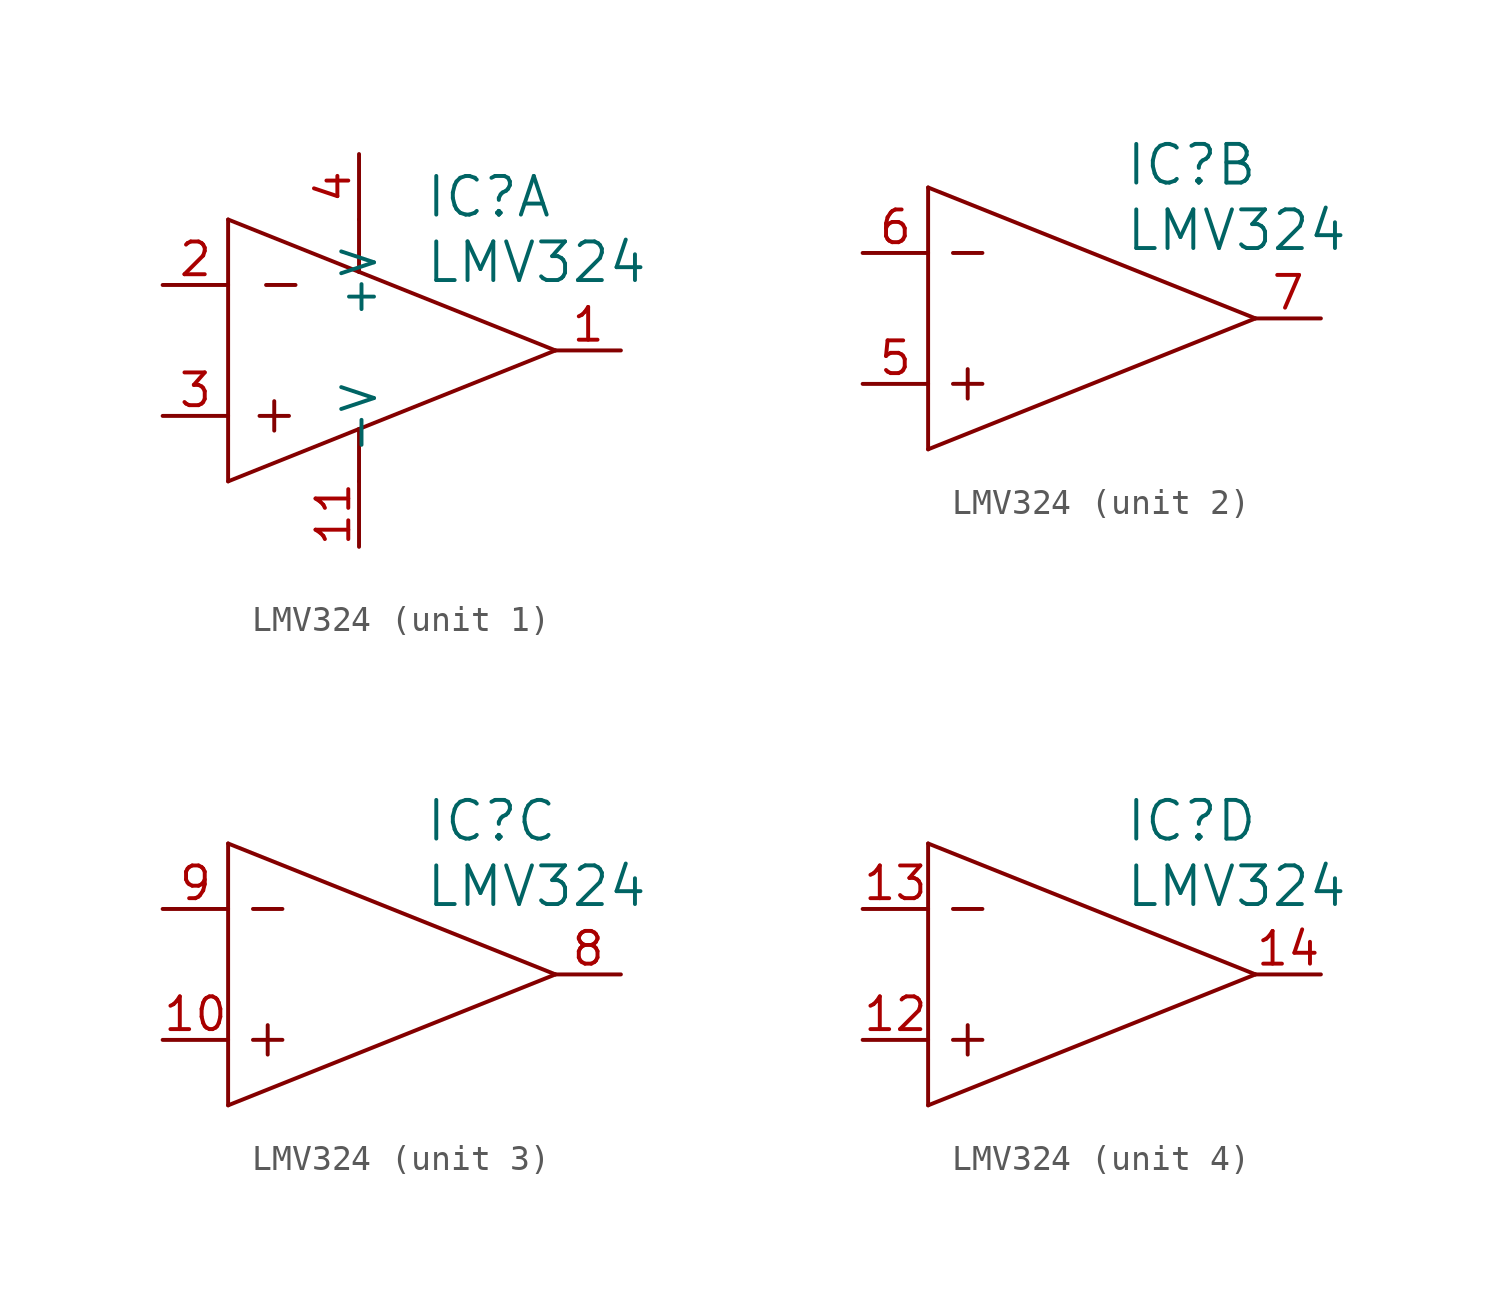
<source format=kicad_sym>
(kicad_symbol_lib
  (version 20211014)
  (generator kicad_symbol_editor)
  (symbol "LMV324"
    (pin_names
      (offset 1.016))
    (property "Reference" "IC"
      (at 7.62 5.08 0)
      (effects (font (size 1.499 1.499)) (justify left bottom)))
    (property "Value" "LMV324"
      (at 7.62 2.54 0)
      (effects (font (size 1.499 1.499)) (justify left bottom)))
    (property "ki_locked" ""
      (at 0 0 0)
      (effects (font (size 1.27 1.27))))
    (symbol "LMV324_1_0"
      (polyline (pts (xy 0 -5.08) (xy 0 5.08)) (stroke (width 0) (type default) (color 0 0 0 0)) (fill (type none)))
      (polyline (pts (xy 0 5.08) (xy 5.08 3.048)) (stroke (width 0) (type default) (color 0 0 0 0)) (fill (type none)))
      (polyline (pts (xy 5.08 -5.08) (xy 5.08 -3.048)) (stroke (width 0) (type default) (color 0 0 0 0)) (fill (type none)))
      (polyline (pts (xy 5.08 -3.048) (xy 0 -5.08)) (stroke (width 0) (type default) (color 0 0 0 0)) (fill (type none)))
      (polyline (pts (xy 5.08 3.048) (xy 12.7 0)) (stroke (width 0) (type default) (color 0 0 0 0)) (fill (type none)))
      (polyline (pts (xy 5.08 5.08) (xy 5.08 3.048)) (stroke (width 0) (type default) (color 0 0 0 0)) (fill (type none)))
      (polyline (pts (xy 12.7 0) (xy 5.08 -3.048)) (stroke (width 0) (type default) (color 0 0 0 0)) (fill (type none)))
      (text "+" (at 0.762 -3.302 0) (effects (font (size 1.499 1.499)) (justify left bottom)))
      (text "-" (at 1.016 1.778 0) (effects (font (size 1.499 1.499)) (justify left bottom)))
      (pin output line (at 15.24 0 180) (length 2.54) (name "OUT" (effects (font (size 0 0)))) (number "1" (effects (font (size 1.27 1.27)))))
      (pin power_in line (at 5.08 -7.62 90) (length 2.54) (name "-V" (effects (font (size 1.27 1.27)))) (number "11" (effects (font (size 1.27 1.27)))))
      (pin input line (at -2.54 2.54 0) (length 2.54) (name "-IN" (effects (font (size 0 0)))) (number "2" (effects (font (size 1.27 1.27)))))
      (pin input line (at -2.54 -2.54 0) (length 2.54) (name "+IN" (effects (font (size 0 0)))) (number "3" (effects (font (size 1.27 1.27)))))
      (pin power_in line (at 5.08 7.62 270) (length 2.54) (name "+V" (effects (font (size 1.27 1.27)))) (number "4" (effects (font (size 1.27 1.27))))))
    (symbol "LMV324_2_0"
      (polyline (pts (xy 0 -5.08) (xy 12.7 0)) (stroke (width 0) (type default) (color 0 0 0 0)) (fill (type none)))
      (polyline (pts (xy 0 5.08) (xy 0 -5.08)) (stroke (width 0) (type default) (color 0 0 0 0)) (fill (type none)))
      (polyline (pts (xy 12.7 0) (xy 0 5.08)) (stroke (width 0) (type default) (color 0 0 0 0)) (fill (type none)))
      (text "+" (at 0.508 -3.302 0) (effects (font (size 1.499 1.499)) (justify left bottom)))
      (text "-" (at 0.508 1.778 0) (effects (font (size 1.499 1.499)) (justify left bottom)))
      (pin input line (at -2.54 -2.54 0) (length 2.54) (name "+IN" (effects (font (size 0 0)))) (number "5" (effects (font (size 1.27 1.27)))))
      (pin input line (at -2.54 2.54 0) (length 2.54) (name "-IN" (effects (font (size 0 0)))) (number "6" (effects (font (size 1.27 1.27)))))
      (pin output line (at 15.24 0 180) (length 2.54) (name "OUT" (effects (font (size 0 0)))) (number "7" (effects (font (size 1.27 1.27))))))
    (symbol "LMV324_3_0"
      (polyline (pts (xy 0 -5.08) (xy 12.7 0)) (stroke (width 0) (type default) (color 0 0 0 0)) (fill (type none)))
      (polyline (pts (xy 0 5.08) (xy 0 -5.08)) (stroke (width 0) (type default) (color 0 0 0 0)) (fill (type none)))
      (polyline (pts (xy 12.7 0) (xy 0 5.08)) (stroke (width 0) (type default) (color 0 0 0 0)) (fill (type none)))
      (text "+" (at 0.508 -3.302 0) (effects (font (size 1.499 1.499)) (justify left bottom)))
      (text "-" (at 0.508 1.778 0) (effects (font (size 1.499 1.499)) (justify left bottom)))
      (pin input line (at -2.54 -2.54 0) (length 2.54) (name "+IN" (effects (font (size 0 0)))) (number "10" (effects (font (size 1.27 1.27)))))
      (pin output line (at 15.24 0 180) (length 2.54) (name "OUT" (effects (font (size 0 0)))) (number "8" (effects (font (size 1.27 1.27)))))
      (pin input line (at -2.54 2.54 0) (length 2.54) (name "-IN" (effects (font (size 0 0)))) (number "9" (effects (font (size 1.27 1.27))))))
    (symbol "LMV324_4_0"
      (polyline (pts (xy 0 -5.08) (xy 12.7 0)) (stroke (width 0) (type default) (color 0 0 0 0)) (fill (type none)))
      (polyline (pts (xy 0 5.08) (xy 0 -5.08)) (stroke (width 0) (type default) (color 0 0 0 0)) (fill (type none)))
      (polyline (pts (xy 12.7 0) (xy 0 5.08)) (stroke (width 0) (type default) (color 0 0 0 0)) (fill (type none)))
      (text "+" (at 0.508 -3.302 0) (effects (font (size 1.499 1.499)) (justify left bottom)))
      (text "-" (at 0.508 1.778 0) (effects (font (size 1.499 1.499)) (justify left bottom)))
      (pin input line (at -2.54 -2.54 0) (length 2.54) (name "+IN" (effects (font (size 0 0)))) (number "12" (effects (font (size 1.27 1.27)))))
      (pin input line (at -2.54 2.54 0) (length 2.54) (name "-IN" (effects (font (size 0 0)))) (number "13" (effects (font (size 1.27 1.27)))))
      (pin output line (at 15.24 0 180) (length 2.54) (name "OUT" (effects (font (size 0 0)))) (number "14" (effects (font (size 1.27 1.27))))))))
</source>
